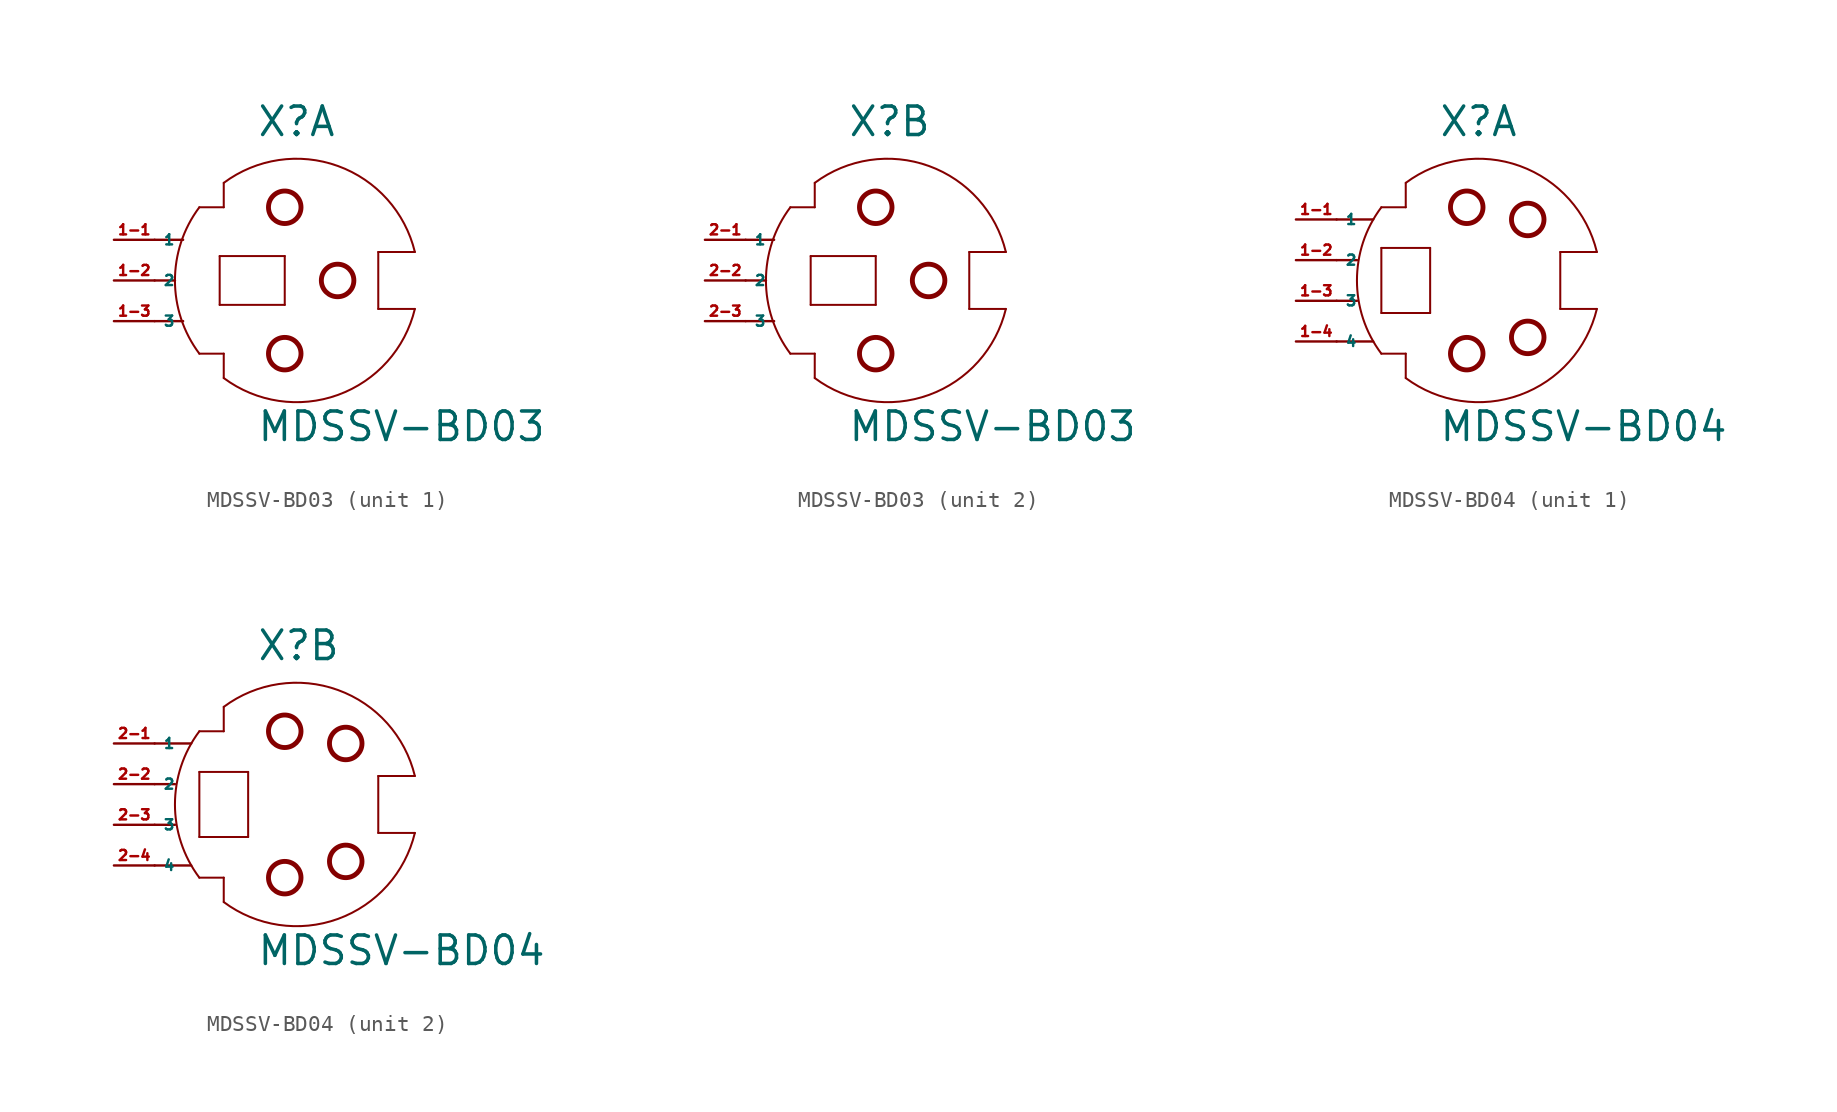
<source format=kicad_sym>
(kicad_symbol_lib
  (version 20220914)
  (generator Eagle2Kicad)
  (symbol "MDSSV-BD03"
    (property "Reference" "X"
      (at -1.27 8.89 0)
      (effects (font (size 1.778 1.778) (thickness 0.22)) (justify left bottom)))
    (property "Value" "MDSSV-BD03"
      (at -1.27 -10.16 0)
      (effects (font (size 1.778 1.778) (thickness 0.22)) (justify left bottom)))
    (symbol "MDSSV-BD03_1_0"
      (polyline (pts (xy 6.35 -1.778) (xy 8.636 -1.778)) (stroke (width 0.127) (type default)) (fill (type none)))
      (polyline (pts (xy 6.35 -1.778) (xy 6.35 1.778)) (stroke (width 0.127) (type default)) (fill (type none)))
      (polyline (pts (xy 6.35 1.778) (xy 8.636 1.778)) (stroke (width 0.127) (type default)) (fill (type none)))
      (polyline (pts (xy -3.302 6.096) (xy -3.302 4.572)) (stroke (width 0.127) (type default)) (fill (type none)))
      (polyline (pts (xy -3.302 4.572) (xy -4.826 4.572)) (stroke (width 0.127) (type default)) (fill (type none)))
      (polyline (pts (xy -4.826 -4.572) (xy -3.302 -4.572)) (stroke (width 0.127) (type default)) (fill (type none)))
      (polyline (pts (xy -3.302 -4.572) (xy -3.302 -6.096)) (stroke (width 0.127) (type default)) (fill (type none)))
      (arc (start -4.826 4.572) (mid -6.350 0.000) (end -4.826 -4.572) (stroke (width 0.127) (type default)) (fill (type none)))
      (arc (start 8.6357 1.778) (mid 3.829 7.150) (end -3.302 6.096) (stroke (width 0.127) (type default)) (fill (type none)))
      (polyline (pts (xy 0.508 1.524) (xy 0.508 -1.524)) (stroke (width 0.127) (type default)) (fill (type none)))
      (polyline (pts (xy 0.508 -1.524) (xy -3.556 -1.524)) (stroke (width 0.127) (type default)) (fill (type none)))
      (polyline (pts (xy -3.556 -1.524) (xy -3.556 1.524)) (stroke (width 0.127) (type default)) (fill (type none)))
      (polyline (pts (xy -3.556 1.524) (xy 0.508 1.524)) (stroke (width 0.127) (type default)) (fill (type none)))
      (polyline (pts (xy -7.62 0) (xy -6.35 0)) (stroke (width 0.152) (type default)) (fill (type none)))
      (polyline (pts (xy -7.62 2.54) (xy -5.842 2.54)) (stroke (width 0.152) (type default)) (fill (type none)))
      (polyline (pts (xy -7.62 -2.54) (xy -5.842 -2.54)) (stroke (width 0.152) (type default)) (fill (type none)))
      (arc (start -3.302 -6.096) (mid 3.829 -7.150) (end 8.6357 -1.778) (stroke (width 0.127) (type default)) (fill (type none)))
      (circle (center 0.508 4.572) (radius 1.016) (stroke (width 0.305) (type default)) (fill (type none)))
      (circle (center 3.81 0) (radius 1.016) (stroke (width 0.305) (type default)) (fill (type none)))
      (circle (center 0.508 -4.572) (radius 1.016) (stroke (width 0.305) (type default)) (fill (type none)))
      (pin passive line (at -10.16 2.54 0) (length 2.54) (name "1" (effects (font (size 0.635 0.635) (thickness 0.08)) (justify left bottom))) (number "1-1" (effects (font (size 0.635 0.635) (thickness 0.08)) (justify left bottom))))
      (pin passive line (at -10.16 0 0) (length 2.54) (name "2" (effects (font (size 0.635 0.635) (thickness 0.08)) (justify left bottom))) (number "1-2" (effects (font (size 0.635 0.635) (thickness 0.08)) (justify left bottom))))
      (pin passive line (at -10.16 -2.54 0) (length 2.54) (name "3" (effects (font (size 0.635 0.635) (thickness 0.08)) (justify left bottom))) (number "1-3" (effects (font (size 0.635 0.635) (thickness 0.08)) (justify left bottom)))))
    (symbol "MDSSV-BD03_2_0"
      (polyline (pts (xy 6.35 -1.778) (xy 8.636 -1.778)) (stroke (width 0.127) (type default)) (fill (type none)))
      (polyline (pts (xy 6.35 -1.778) (xy 6.35 1.778)) (stroke (width 0.127) (type default)) (fill (type none)))
      (polyline (pts (xy 6.35 1.778) (xy 8.636 1.778)) (stroke (width 0.127) (type default)) (fill (type none)))
      (polyline (pts (xy -3.302 6.096) (xy -3.302 4.572)) (stroke (width 0.127) (type default)) (fill (type none)))
      (polyline (pts (xy -3.302 4.572) (xy -4.826 4.572)) (stroke (width 0.127) (type default)) (fill (type none)))
      (polyline (pts (xy -4.826 -4.572) (xy -3.302 -4.572)) (stroke (width 0.127) (type default)) (fill (type none)))
      (polyline (pts (xy -3.302 -4.572) (xy -3.302 -6.096)) (stroke (width 0.127) (type default)) (fill (type none)))
      (arc (start -4.826 4.572) (mid -6.350 0.000) (end -4.826 -4.572) (stroke (width 0.127) (type default)) (fill (type none)))
      (arc (start 8.6357 1.778) (mid 3.829 7.150) (end -3.302 6.096) (stroke (width 0.127) (type default)) (fill (type none)))
      (polyline (pts (xy 0.508 1.524) (xy 0.508 -1.524)) (stroke (width 0.127) (type default)) (fill (type none)))
      (polyline (pts (xy 0.508 -1.524) (xy -3.556 -1.524)) (stroke (width 0.127) (type default)) (fill (type none)))
      (polyline (pts (xy -3.556 -1.524) (xy -3.556 1.524)) (stroke (width 0.127) (type default)) (fill (type none)))
      (polyline (pts (xy -3.556 1.524) (xy 0.508 1.524)) (stroke (width 0.127) (type default)) (fill (type none)))
      (polyline (pts (xy -7.62 0) (xy -6.35 0)) (stroke (width 0.152) (type default)) (fill (type none)))
      (polyline (pts (xy -7.62 2.54) (xy -5.842 2.54)) (stroke (width 0.152) (type default)) (fill (type none)))
      (polyline (pts (xy -7.62 -2.54) (xy -5.842 -2.54)) (stroke (width 0.152) (type default)) (fill (type none)))
      (arc (start -3.302 -6.096) (mid 3.829 -7.150) (end 8.6357 -1.778) (stroke (width 0.127) (type default)) (fill (type none)))
      (circle (center 0.508 4.572) (radius 1.016) (stroke (width 0.305) (type default)) (fill (type none)))
      (circle (center 3.81 0) (radius 1.016) (stroke (width 0.305) (type default)) (fill (type none)))
      (circle (center 0.508 -4.572) (radius 1.016) (stroke (width 0.305) (type default)) (fill (type none)))
      (pin passive line (at -10.16 2.54 0) (length 2.54) (name "1" (effects (font (size 0.635 0.635) (thickness 0.08)) (justify left bottom))) (number "2-1" (effects (font (size 0.635 0.635) (thickness 0.08)) (justify left bottom))))
      (pin passive line (at -10.16 0 0) (length 2.54) (name "2" (effects (font (size 0.635 0.635) (thickness 0.08)) (justify left bottom))) (number "2-2" (effects (font (size 0.635 0.635) (thickness 0.08)) (justify left bottom))))
      (pin passive line (at -10.16 -2.54 0) (length 2.54) (name "3" (effects (font (size 0.635 0.635) (thickness 0.08)) (justify left bottom))) (number "2-3" (effects (font (size 0.635 0.635) (thickness 0.08)) (justify left bottom))))))
  (symbol "MDSSV-BD04"
    (property "Reference" "X"
      (at -1.27 10.16 0)
      (effects (font (size 1.778 1.778) (thickness 0.22)) (justify left bottom)))
    (property "Value" "MDSSV-BD04"
      (at -1.27 -8.89 0)
      (effects (font (size 1.778 1.778) (thickness 0.22)) (justify left bottom)))
    (symbol "MDSSV-BD04_1_0"
      (polyline (pts (xy 6.35 -0.508) (xy 8.636 -0.508)) (stroke (width 0.127) (type default)) (fill (type none)))
      (polyline (pts (xy 6.35 -0.508) (xy 6.35 3.048)) (stroke (width 0.127) (type default)) (fill (type none)))
      (polyline (pts (xy 6.35 3.048) (xy 8.636 3.048)) (stroke (width 0.127) (type default)) (fill (type none)))
      (polyline (pts (xy -3.302 7.366) (xy -3.302 5.842)) (stroke (width 0.127) (type default)) (fill (type none)))
      (polyline (pts (xy -3.302 5.842) (xy -4.826 5.842)) (stroke (width 0.127) (type default)) (fill (type none)))
      (polyline (pts (xy -4.826 -3.302) (xy -3.302 -3.302)) (stroke (width 0.127) (type default)) (fill (type none)))
      (polyline (pts (xy -3.302 -3.302) (xy -3.302 -4.826)) (stroke (width 0.127) (type default)) (fill (type none)))
      (arc (start -4.826 5.842) (mid -6.350 1.270) (end -4.826 -3.302) (stroke (width 0.127) (type default)) (fill (type none)))
      (arc (start 8.6357 3.048) (mid 3.829 8.420) (end -3.302 7.366) (stroke (width 0.127) (type default)) (fill (type none)))
      (polyline (pts (xy -1.778 -0.762) (xy -4.826 -0.762)) (stroke (width 0.127) (type default)) (fill (type none)))
      (polyline (pts (xy -4.826 -0.762) (xy -4.826 3.302)) (stroke (width 0.127) (type default)) (fill (type none)))
      (polyline (pts (xy -4.826 3.302) (xy -1.778 3.302)) (stroke (width 0.127) (type default)) (fill (type none)))
      (polyline (pts (xy -1.778 3.302) (xy -1.778 -0.762)) (stroke (width 0.127) (type default)) (fill (type none)))
      (polyline (pts (xy -7.62 0) (xy -6.35 0)) (stroke (width 0.152) (type default)) (fill (type none)))
      (polyline (pts (xy -7.62 2.54) (xy -6.35 2.54)) (stroke (width 0.152) (type default)) (fill (type none)))
      (polyline (pts (xy -7.62 -2.54) (xy -5.334 -2.54)) (stroke (width 0.152) (type default)) (fill (type none)))
      (polyline (pts (xy -7.62 5.08) (xy -5.334 5.08)) (stroke (width 0.152) (type default)) (fill (type none)))
      (arc (start -3.302 -4.826) (mid 3.829 -5.880) (end 8.6357 -0.508) (stroke (width 0.127) (type default)) (fill (type none)))
      (circle (center 0.508 5.842) (radius 1.016) (stroke (width 0.305) (type default)) (fill (type none)))
      (circle (center 4.318 5.08) (radius 1.016) (stroke (width 0.305) (type default)) (fill (type none)))
      (circle (center 0.508 -3.302) (radius 1.016) (stroke (width 0.305) (type default)) (fill (type none)))
      (circle (center 4.318 -2.286) (radius 1.016) (stroke (width 0.305) (type default)) (fill (type none)))
      (pin passive line (at -10.16 5.08 0) (length 2.54) (name "1" (effects (font (size 0.635 0.635) (thickness 0.08)) (justify left bottom))) (number "1-1" (effects (font (size 0.635 0.635) (thickness 0.08)) (justify left bottom))))
      (pin passive line (at -10.16 2.54 0) (length 2.54) (name "2" (effects (font (size 0.635 0.635) (thickness 0.08)) (justify left bottom))) (number "1-2" (effects (font (size 0.635 0.635) (thickness 0.08)) (justify left bottom))))
      (pin passive line (at -10.16 0 0) (length 2.54) (name "3" (effects (font (size 0.635 0.635) (thickness 0.08)) (justify left bottom))) (number "1-3" (effects (font (size 0.635 0.635) (thickness 0.08)) (justify left bottom))))
      (pin passive line (at -10.16 -2.54 0) (length 2.54) (name "4" (effects (font (size 0.635 0.635) (thickness 0.08)) (justify left bottom))) (number "1-4" (effects (font (size 0.635 0.635) (thickness 0.08)) (justify left bottom)))))
    (symbol "MDSSV-BD04_2_0"
      (polyline (pts (xy 6.35 -0.508) (xy 8.636 -0.508)) (stroke (width 0.127) (type default)) (fill (type none)))
      (polyline (pts (xy 6.35 -0.508) (xy 6.35 3.048)) (stroke (width 0.127) (type default)) (fill (type none)))
      (polyline (pts (xy 6.35 3.048) (xy 8.636 3.048)) (stroke (width 0.127) (type default)) (fill (type none)))
      (polyline (pts (xy -3.302 7.366) (xy -3.302 5.842)) (stroke (width 0.127) (type default)) (fill (type none)))
      (polyline (pts (xy -3.302 5.842) (xy -4.826 5.842)) (stroke (width 0.127) (type default)) (fill (type none)))
      (polyline (pts (xy -4.826 -3.302) (xy -3.302 -3.302)) (stroke (width 0.127) (type default)) (fill (type none)))
      (polyline (pts (xy -3.302 -3.302) (xy -3.302 -4.826)) (stroke (width 0.127) (type default)) (fill (type none)))
      (arc (start -4.826 5.842) (mid -6.350 1.270) (end -4.826 -3.302) (stroke (width 0.127) (type default)) (fill (type none)))
      (arc (start 8.6357 3.048) (mid 3.829 8.420) (end -3.302 7.366) (stroke (width 0.127) (type default)) (fill (type none)))
      (polyline (pts (xy -1.778 -0.762) (xy -4.826 -0.762)) (stroke (width 0.127) (type default)) (fill (type none)))
      (polyline (pts (xy -4.826 -0.762) (xy -4.826 3.302)) (stroke (width 0.127) (type default)) (fill (type none)))
      (polyline (pts (xy -4.826 3.302) (xy -1.778 3.302)) (stroke (width 0.127) (type default)) (fill (type none)))
      (polyline (pts (xy -1.778 3.302) (xy -1.778 -0.762)) (stroke (width 0.127) (type default)) (fill (type none)))
      (polyline (pts (xy -7.62 0) (xy -6.35 0)) (stroke (width 0.152) (type default)) (fill (type none)))
      (polyline (pts (xy -7.62 2.54) (xy -6.35 2.54)) (stroke (width 0.152) (type default)) (fill (type none)))
      (polyline (pts (xy -7.62 -2.54) (xy -5.334 -2.54)) (stroke (width 0.152) (type default)) (fill (type none)))
      (polyline (pts (xy -7.62 5.08) (xy -5.334 5.08)) (stroke (width 0.152) (type default)) (fill (type none)))
      (arc (start -3.302 -4.826) (mid 3.829 -5.880) (end 8.6357 -0.508) (stroke (width 0.127) (type default)) (fill (type none)))
      (circle (center 0.508 5.842) (radius 1.016) (stroke (width 0.305) (type default)) (fill (type none)))
      (circle (center 4.318 5.08) (radius 1.016) (stroke (width 0.305) (type default)) (fill (type none)))
      (circle (center 0.508 -3.302) (radius 1.016) (stroke (width 0.305) (type default)) (fill (type none)))
      (circle (center 4.318 -2.286) (radius 1.016) (stroke (width 0.305) (type default)) (fill (type none)))
      (pin passive line (at -10.16 5.08 0) (length 2.54) (name "1" (effects (font (size 0.635 0.635) (thickness 0.08)) (justify left bottom))) (number "2-1" (effects (font (size 0.635 0.635) (thickness 0.08)) (justify left bottom))))
      (pin passive line (at -10.16 2.54 0) (length 2.54) (name "2" (effects (font (size 0.635 0.635) (thickness 0.08)) (justify left bottom))) (number "2-2" (effects (font (size 0.635 0.635) (thickness 0.08)) (justify left bottom))))
      (pin passive line (at -10.16 0 0) (length 2.54) (name "3" (effects (font (size 0.635 0.635) (thickness 0.08)) (justify left bottom))) (number "2-3" (effects (font (size 0.635 0.635) (thickness 0.08)) (justify left bottom))))
      (pin passive line (at -10.16 -2.54 0) (length 2.54) (name "4" (effects (font (size 0.635 0.635) (thickness 0.08)) (justify left bottom))) (number "2-4" (effects (font (size 0.635 0.635) (thickness 0.08)) (justify left bottom)))))))
</source>
